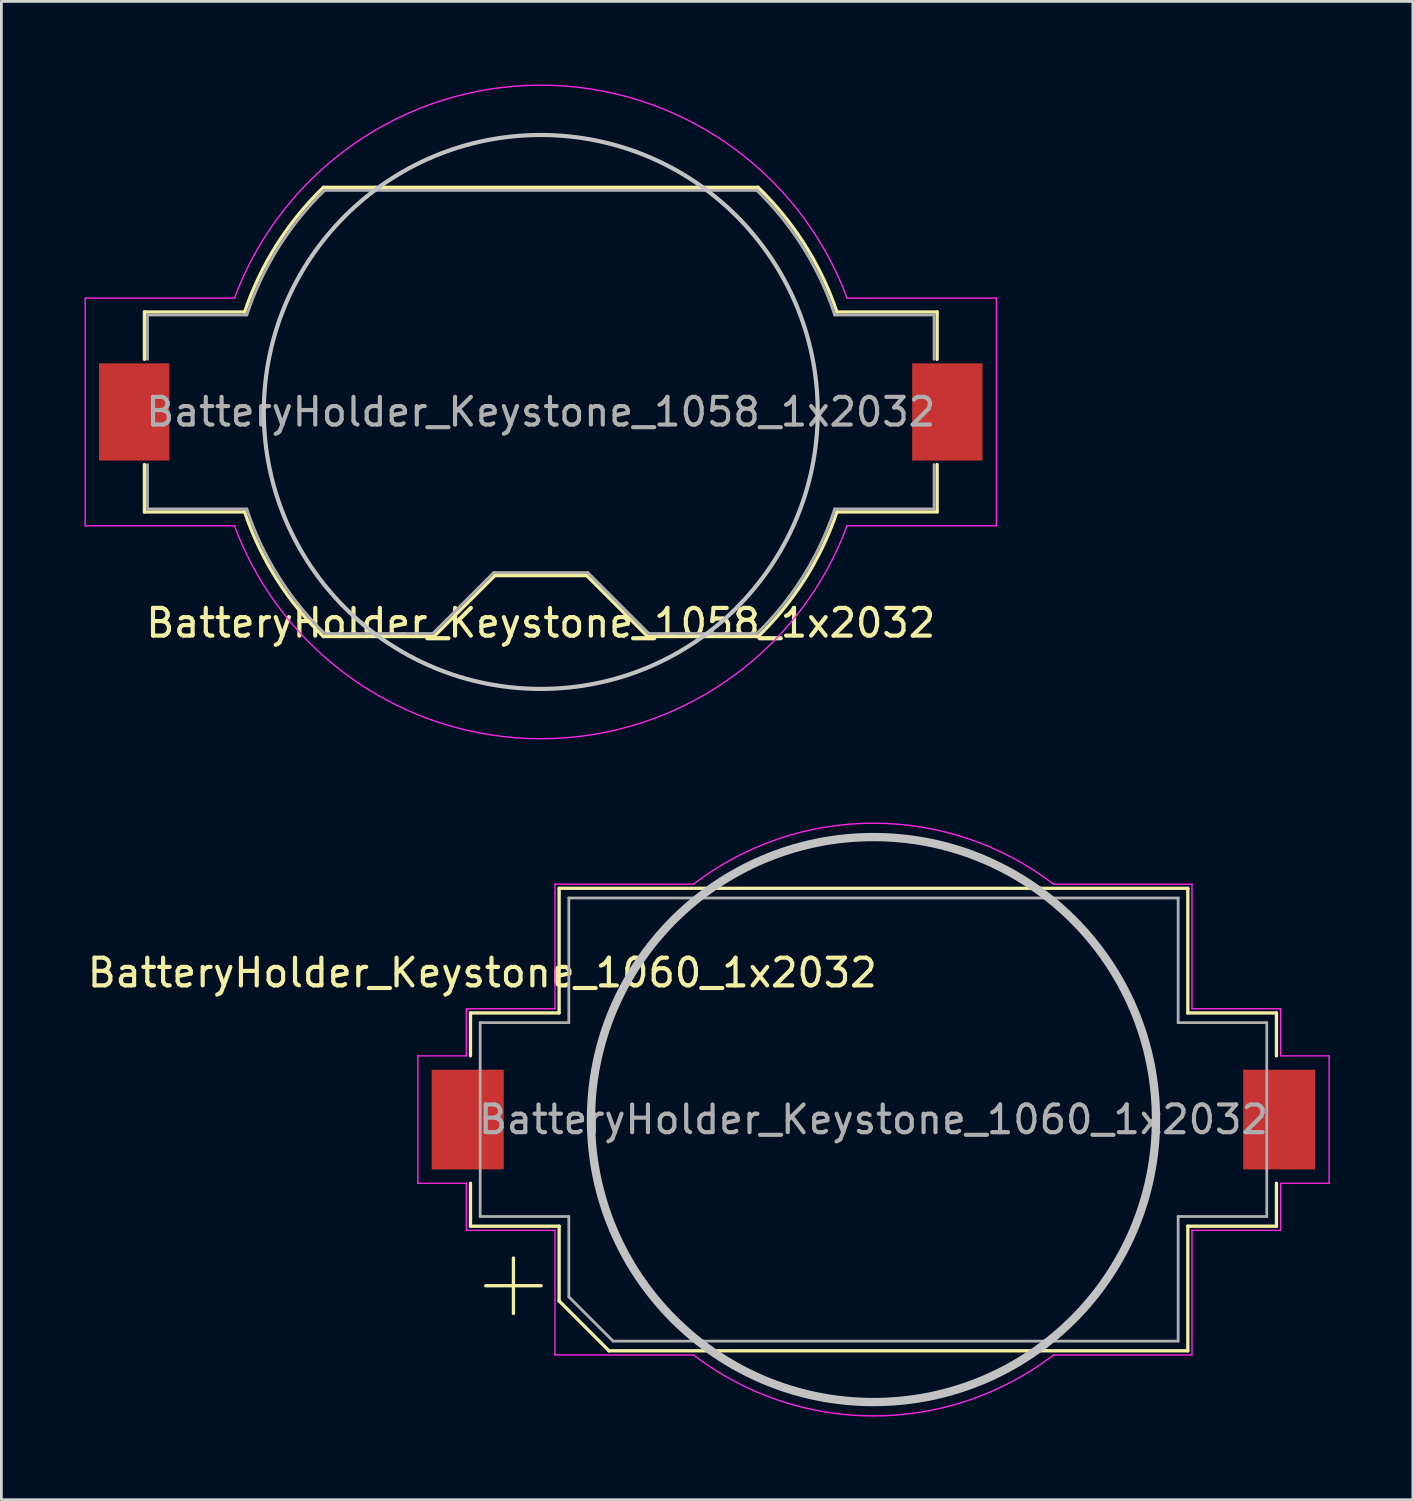
<source format=kicad_pcb>
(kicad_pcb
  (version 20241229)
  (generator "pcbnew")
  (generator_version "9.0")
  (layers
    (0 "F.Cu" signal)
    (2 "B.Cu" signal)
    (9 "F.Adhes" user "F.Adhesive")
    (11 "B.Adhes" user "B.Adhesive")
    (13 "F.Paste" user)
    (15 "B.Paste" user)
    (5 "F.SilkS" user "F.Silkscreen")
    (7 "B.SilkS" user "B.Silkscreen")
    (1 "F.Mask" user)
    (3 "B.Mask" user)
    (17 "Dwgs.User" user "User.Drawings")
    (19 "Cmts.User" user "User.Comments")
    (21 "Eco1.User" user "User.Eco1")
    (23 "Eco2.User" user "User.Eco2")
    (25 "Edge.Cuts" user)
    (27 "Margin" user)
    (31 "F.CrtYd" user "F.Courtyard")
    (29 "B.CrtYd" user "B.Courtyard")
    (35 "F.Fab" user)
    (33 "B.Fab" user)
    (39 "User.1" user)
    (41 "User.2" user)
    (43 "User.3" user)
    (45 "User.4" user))
  (footprint "BatteryHolder_Keystone_1060_1x2032"
    (layer "F.Cu")
    (at 28.488 37.373)
    (property "Reference" "BatteryHolder_Keystone_1060_1x2032" (at -14.125 -5.3 0) (layer "F.SilkS") (effects (font (size 1 1) (thickness 0.15))))
    (attr smd)
    (fp_line (start -14.55 -3.85) (end -14.55 -2.3) (stroke (width 0.12) (type solid)) (layer "F.SilkS"))
    (fp_line (start -14.55 3.85) (end -14.55 2.3) (stroke (width 0.12) (type solid)) (layer "F.SilkS"))
    (fp_line (start -13 5) (end -13 7) (stroke (width 0.12) (type solid)) (layer "F.SilkS"))
    (fp_line (start -12 6) (end -14 6) (stroke (width 0.12) (type solid)) (layer "F.SilkS"))
    (fp_line (start -11.35 -8.35) (end -11.35 -3.85) (stroke (width 0.12) (type solid)) (layer "F.SilkS"))
    (fp_line (start -11.35 -8.35) (end 11.35 -8.35) (stroke (width 0.12) (type solid)) (layer "F.SilkS"))
    (fp_line (start -11.35 -3.85) (end -14.55 -3.85) (stroke (width 0.12) (type solid)) (layer "F.SilkS"))
    (fp_line (start -11.35 3.85) (end -14.55 3.85) (stroke (width 0.12) (type solid)) (layer "F.SilkS"))
    (fp_line (start -11.35 6.55) (end -11.35 3.85) (stroke (width 0.12) (type solid)) (layer "F.SilkS"))
    (fp_line (start -9.55 8.35) (end -11.35 6.55) (stroke (width 0.12) (type solid)) (layer "F.SilkS"))
    (fp_line (start 11.35 -8.35) (end 11.35 -3.85) (stroke (width 0.12) (type solid)) (layer "F.SilkS"))
    (fp_line (start 11.35 -3.85) (end 14.55 -3.85) (stroke (width 0.12) (type solid)) (layer "F.SilkS"))
    (fp_line (start 11.35 3.85) (end 14.55 3.85) (stroke (width 0.12) (type solid)) (layer "F.SilkS"))
    (fp_line (start 11.35 8.35) (end -9.55 8.35) (stroke (width 0.12) (type solid)) (layer "F.SilkS"))
    (fp_line (start 11.35 8.35) (end 11.35 3.85) (stroke (width 0.12) (type solid)) (layer "F.SilkS"))
    (fp_line (start 14.55 -3.85) (end 14.55 -2.3) (stroke (width 0.12) (type solid)) (layer "F.SilkS"))
    (fp_line (start 14.55 3.85) (end 14.55 2.3) (stroke (width 0.12) (type solid)) (layer "F.SilkS"))
    (fp_circle (center 0 0) (end -10.2 0) (stroke (width 0.3) (type solid)) (fill no) (layer "Dwgs.User"))
    (fp_line (start -16.45 2.3) (end -16.45 -2.3) (stroke (width 0.05) (type solid)) (layer "F.CrtYd"))
    (fp_line (start -14.7 -4) (end -11.5 -4) (stroke (width 0.05) (type solid)) (layer "F.CrtYd"))
    (fp_line (start -14.7 -2.3) (end -16.45 -2.3) (stroke (width 0.05) (type solid)) (layer "F.CrtYd"))
    (fp_line (start -14.7 -2.3) (end -14.7 -4) (stroke (width 0.05) (type solid)) (layer "F.CrtYd"))
    (fp_line (start -14.7 2.3) (end -16.45 2.3) (stroke (width 0.05) (type solid)) (layer "F.CrtYd"))
    (fp_line (start -14.7 4) (end -14.7 2.3) (stroke (width 0.05) (type solid)) (layer "F.CrtYd"))
    (fp_line (start -14.7 4) (end -11.5 4) (stroke (width 0.05) (type solid)) (layer "F.CrtYd"))
    (fp_line (start -11.5 -8.5) (end -6.5 -8.5) (stroke (width 0.05) (type solid)) (layer "F.CrtYd"))
    (fp_line (start -11.5 -4) (end -11.5 -8.5) (stroke (width 0.05) (type solid)) (layer "F.CrtYd"))
    (fp_line (start -11.5 4) (end -11.5 8.5) (stroke (width 0.05) (type solid)) (layer "F.CrtYd"))
    (fp_line (start -6.5 8.5) (end -11.5 8.5) (stroke (width 0.05) (type solid)) (layer "F.CrtYd"))
    (fp_line (start 11.5 -8.5) (end 6.5 -8.5) (stroke (width 0.05) (type solid)) (layer "F.CrtYd"))
    (fp_line (start 11.5 -8.5) (end 11.5 -4) (stroke (width 0.05) (type solid)) (layer "F.CrtYd"))
    (fp_line (start 11.5 -4) (end 14.7 -4) (stroke (width 0.05) (type solid)) (layer "F.CrtYd"))
    (fp_line (start 11.5 4) (end 11.5 8.5) (stroke (width 0.05) (type solid)) (layer "F.CrtYd"))
    (fp_line (start 11.5 8.5) (end 6.5 8.5) (stroke (width 0.05) (type solid)) (layer "F.CrtYd"))
    (fp_line (start 14.7 -4) (end 14.7 -2.3) (stroke (width 0.05) (type solid)) (layer "F.CrtYd"))
    (fp_line (start 14.7 -2.3) (end 16.45 -2.3) (stroke (width 0.05) (type solid)) (layer "F.CrtYd"))
    (fp_line (start 14.7 2.3) (end 14.7 4) (stroke (width 0.05) (type solid)) (layer "F.CrtYd"))
    (fp_line (start 14.7 4) (end 11.5 4) (stroke (width 0.05) (type solid)) (layer "F.CrtYd"))
    (fp_line (start 16.45 -2.3) (end 16.45 2.3) (stroke (width 0.05) (type solid)) (layer "F.CrtYd"))
    (fp_line (start 16.45 2.3) (end 14.7 2.3) (stroke (width 0.05) (type solid)) (layer "F.CrtYd"))
    (fp_arc (start -6.499999 -8.5) (mid 0 -10.700467) (end 6.5 -8.5) (stroke (width 0.05) (type solid)) (layer "F.CrtYd"))
    (fp_arc (start 6.499999 8.5) (mid 0 10.700467) (end -6.5 8.5) (stroke (width 0.05) (type solid)) (layer "F.CrtYd"))
    (fp_line (start -14.2 -3.5) (end -11 -3.5) (stroke (width 0.1) (type solid)) (layer "F.Fab"))
    (fp_line (start -14.2 3.5) (end -14.2 -3.5) (stroke (width 0.1) (type solid)) (layer "F.Fab"))
    (fp_line (start -11 -8) (end -11 -3.5) (stroke (width 0.1) (type solid)) (layer "F.Fab"))
    (fp_line (start -11 3.5) (end -14.2 3.5) (stroke (width 0.1) (type solid)) (layer "F.Fab"))
    (fp_line (start -11 6.4) (end -11 3.5) (stroke (width 0.1) (type solid)) (layer "F.Fab"))
    (fp_line (start -9.4 8) (end -11 6.4) (stroke (width 0.1) (type solid)) (layer "F.Fab"))
    (fp_line (start 11 -8) (end -11 -8) (stroke (width 0.1) (type solid)) (layer "F.Fab"))
    (fp_line (start 11 -8) (end 11 -3.5) (stroke (width 0.1) (type solid)) (layer "F.Fab"))
    (fp_line (start 11 3.5) (end 14.2 3.5) (stroke (width 0.1) (type solid)) (layer "F.Fab"))
    (fp_line (start 11 8) (end -9.4 8) (stroke (width 0.1) (type solid)) (layer "F.Fab"))
    (fp_line (start 11 8) (end 11 3.5) (stroke (width 0.1) (type solid)) (layer "F.Fab"))
    (fp_line (start 14.2 -3.5) (end 11 -3.5) (stroke (width 0.1) (type solid)) (layer "F.Fab"))
    (fp_line (start 14.2 3.5) (end 14.2 -3.5) (stroke (width 0.1) (type solid)) (layer "F.Fab"))
    (fp_text user "${REFERENCE}" (at 0 0 0) (layer "F.Fab") (effects (font (size 1 1) (thickness 0.15))))
    (pad "1" smd rect (at -14.65 0 180) (size 2.6 3.6) (layers "F.Cu" "F.Mask" "F.Paste"))
    (pad "2" smd rect (at 14.65 0 180) (size 2.6 3.6) (layers "F.Cu" "F.Mask" "F.Paste")))
  (footprint "BatteryHolder_Keystone_1058_1x2032"
    (layer "F.Cu")
    (at 16.475 11.824)
    (property "Reference" "BatteryHolder_Keystone_1058_1x2032" (at 0 7.62 0) (layer "F.SilkS") (effects (font (size 1 1) (thickness 0.15))))
    (attr smd)
    (fp_line (start -14.31 -3.61) (end -10.692 -3.61) (stroke (width 0.12) (type solid)) (layer "F.SilkS"))
    (fp_line (start -14.31 -1.9) (end -14.31 -3.61) (stroke (width 0.12) (type solid)) (layer "F.SilkS"))
    (fp_line (start -14.31 1.9) (end -14.31 3.61) (stroke (width 0.12) (type solid)) (layer "F.SilkS"))
    (fp_line (start -10.692 3.61) (end -14.31 3.61) (stroke (width 0.12) (type solid)) (layer "F.SilkS"))
    (fp_line (start -7.847 -8.11) (end 7.847 -8.11) (stroke (width 0.12) (type solid)) (layer "F.SilkS"))
    (fp_line (start -3.86 8.11) (end -7.847 8.11) (stroke (width 0.12) (type solid)) (layer "F.SilkS"))
    (fp_line (start -1.66 5.91) (end -3.86 8.11) (stroke (width 0.12) (type solid)) (layer "F.SilkS"))
    (fp_line (start 1.66 5.91) (end -1.66 5.91) (stroke (width 0.12) (type solid)) (layer "F.SilkS"))
    (fp_line (start 1.66 5.91) (end 3.86 8.11) (stroke (width 0.12) (type solid)) (layer "F.SilkS"))
    (fp_line (start 7.847 8.11) (end 3.86 8.11) (stroke (width 0.12) (type solid)) (layer "F.SilkS"))
    (fp_line (start 10.692 -3.61) (end 14.31 -3.61) (stroke (width 0.12) (type solid)) (layer "F.SilkS"))
    (fp_line (start 14.31 -1.9) (end 14.31 -3.61) (stroke (width 0.12) (type solid)) (layer "F.SilkS"))
    (fp_line (start 14.31 1.9) (end 14.31 3.61) (stroke (width 0.12) (type solid)) (layer "F.SilkS"))
    (fp_line (start 14.31 3.61) (end 10.692 3.61) (stroke (width 0.12) (type solid)) (layer "F.SilkS"))
    (fp_arc (start -10.692 -3.61) (mid -9.538084 -6.031244) (end -7.845371 -8.111789) (stroke (width 0.12) (type solid)) (layer "F.SilkS"))
    (fp_arc (start -7.845371 8.111789) (mid -9.538085 6.031244) (end -10.692 3.61) (stroke (width 0.12) (type solid)) (layer "F.SilkS"))
    (fp_arc (start 7.845371 -8.111789) (mid 9.538085 -6.031244) (end 10.692 -3.61) (stroke (width 0.12) (type solid)) (layer "F.SilkS"))
    (fp_arc (start 10.692 3.61) (mid 9.538084 6.031244) (end 7.845371 8.111789) (stroke (width 0.12) (type solid)) (layer "F.SilkS"))
    (fp_circle (center 0 0) (end 10 0) (stroke (width 0.15) (type solid)) (fill no) (layer "Dwgs.User"))
    (fp_line (start -16.45 -4.11) (end -16.45 4.11) (stroke (width 0.05) (type solid)) (layer "F.CrtYd"))
    (fp_line (start -16.45 -4.11) (end -11.06 -4.11) (stroke (width 0.05) (type solid)) (layer "F.CrtYd"))
    (fp_line (start -16.45 4.11) (end -11.06 4.11) (stroke (width 0.05) (type solid)) (layer "F.CrtYd"))
    (fp_line (start 11.06 4.11) (end 16.45 4.11) (stroke (width 0.05) (type solid)) (layer "F.CrtYd"))
    (fp_line (start 16.45 -4.11) (end 11.06 -4.11) (stroke (width 0.05) (type solid)) (layer "F.CrtYd"))
    (fp_line (start 16.45 4.11) (end 16.45 -4.11) (stroke (width 0.05) (type solid)) (layer "F.CrtYd"))
    (fp_arc (start -11.06 -4.11) (mid -0.002978 -11.79897) (end 11.057924 -4.115582) (stroke (width 0.05) (type solid)) (layer "F.CrtYd"))
    (fp_arc (start 11.06 4.11) (mid 0.002978 11.79897) (end -11.057924 4.115582) (stroke (width 0.05) (type solid)) (layer "F.CrtYd"))
    (fp_line (start -14.2 -3.5) (end -14.2 -1.9) (stroke (width 0.1) (type solid)) (layer "F.Fab"))
    (fp_line (start -14.2 -3.5) (end -10.613 -3.5) (stroke (width 0.1) (type solid)) (layer "F.Fab"))
    (fp_line (start -14.2 1.9) (end -14.2 3.5) (stroke (width 0.1) (type solid)) (layer "F.Fab"))
    (fp_line (start -14.2 3.5) (end -10.613 3.5) (stroke (width 0.1) (type solid)) (layer "F.Fab"))
    (fp_line (start -7.803 -8) (end 7.803 -8) (stroke (width 0.1) (type solid)) (layer "F.Fab"))
    (fp_line (start -3.9 8) (end -7.803 8) (stroke (width 0.1) (type solid)) (layer "F.Fab"))
    (fp_line (start -1.7 5.8) (end -3.9 8) (stroke (width 0.1) (type solid)) (layer "F.Fab"))
    (fp_line (start -1.7 5.8) (end 1.7 5.8) (stroke (width 0.1) (type solid)) (layer "F.Fab"))
    (fp_line (start 1.7 5.8) (end 3.9 8) (stroke (width 0.1) (type solid)) (layer "F.Fab"))
    (fp_line (start 3.9 8) (end 7.803 8) (stroke (width 0.1) (type solid)) (layer "F.Fab"))
    (fp_line (start 10.613 -3.5) (end 14.2 -3.5) (stroke (width 0.1) (type solid)) (layer "F.Fab"))
    (fp_line (start 14.2 -3.5) (end 14.2 -1.9) (stroke (width 0.1) (type solid)) (layer "F.Fab"))
    (fp_line (start 14.2 1.9) (end 14.2 3.5) (stroke (width 0.1) (type solid)) (layer "F.Fab"))
    (fp_line (start 14.2 3.5) (end 10.613 3.5) (stroke (width 0.1) (type solid)) (layer "F.Fab"))
    (fp_arc (start -10.61275 -3.5) (mid -9.478596 -5.919179) (end -7.802602 -7.999992) (stroke (width 0.1) (type solid)) (layer "F.Fab"))
    (fp_arc (start -7.802602 7.999992) (mid -9.478596 5.91918) (end -10.61275 3.5) (stroke (width 0.1) (type solid)) (layer "F.Fab"))
    (fp_arc (start 7.802602 -7.999992) (mid 9.478596 -5.91918) (end 10.61275 -3.5) (stroke (width 0.1) (type solid)) (layer "F.Fab"))
    (fp_arc (start 10.61275 3.5) (mid 9.478596 5.919179) (end 7.802602 7.999992) (stroke (width 0.1) (type solid)) (layer "F.Fab"))
    (fp_text user "${REFERENCE}" (at 0 0 0) (layer "F.Fab") (effects (font (size 1 1) (thickness 0.15))))
    (pad "1" smd rect (at -14.68 0) (size 2.54 3.51) (layers "F.Cu" "F.Mask" "F.Paste"))
    (pad "2" smd rect (at 14.68 0) (size 2.54 3.51) (layers "F.Cu" "F.Mask" "F.Paste")))
  (gr_rect
    (start -3 -3)
    (end 47.963 51.099)
    (stroke (width 0.1) (type default))
    (fill no)
    (layer "Edge.Cuts")))
</source>
